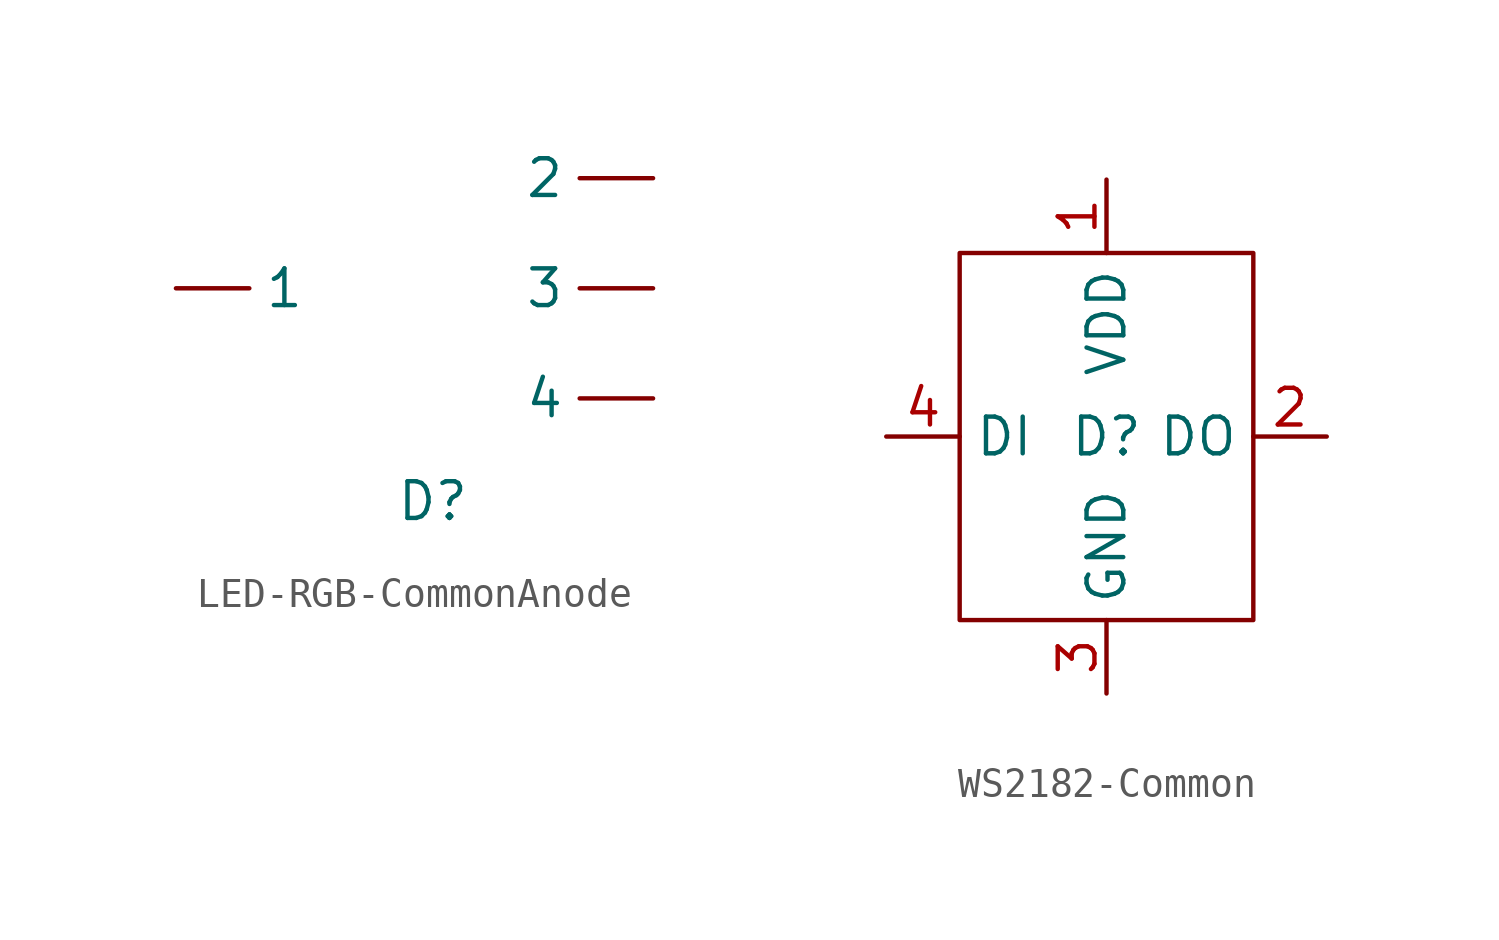
<source format=kicad_sym>
(kicad_symbol_lib
  (version 20241209)
  (generator "kicad_symbol_editor")
  (generator_version "9.0")
  (symbol "LED-RGB-CommonAnode"
    (property "Reference" "D"
      (at 0 -7.366 0)
      (effects (font (size 1.27 1.27))))
    (property "Value" ""
      (at 0 -2.54 0)
      (effects (font (size 1.27 1.27))))
    (symbol "LED-RGB-CommonAnode_1_1"
      (pin input line (at -8.89 0 0) (length 2.54) (name "1" (effects (font (size 1.27 1.27)))) (number "" (effects (font (size 1.27 1.27)))))
      (pin input line (at 7.62 3.81 180) (length 2.54) (name "2" (effects (font (size 1.27 1.27)))) (number "" (effects (font (size 1.27 1.27)))))
      (pin input line (at 7.62 0 180) (length 2.54) (name "3" (effects (font (size 1.27 1.27)))) (number "" (effects (font (size 1.27 1.27)))))
      (pin input line (at 7.62 -3.81 180) (length 2.54) (name "4" (effects (font (size 1.27 1.27)))) (number "" (effects (font (size 1.27 1.27)))))))
  (symbol "WS2182-Common"
    (property "Reference" "D"
      (at 0 0 0)
      (effects (font (size 1.27 1.27))))
    (property "Value" ""
      (at 0 0 0)
      (effects (font (size 1.27 1.27))))
    (symbol "WS2182-Common_0_1"
      (rectangle (start -5.08 6.35) (end 5.08 -6.35) (stroke (width 0) (type default)) (fill (type none))))
    (symbol "WS2182-Common_1_1"
      (pin input line (at -7.62 0 0) (length 2.54) (name "DI" (effects (font (size 1.27 1.27)))) (number "4" (effects (font (size 1.27 1.27)))))
      (pin power_in line (at 0 8.89 270) (length 2.54) (name "VDD" (effects (font (size 1.27 1.27)))) (number "1" (effects (font (size 1.27 1.27)))))
      (pin power_in line (at 0 -8.89 90) (length 2.54) (name "GND" (effects (font (size 1.27 1.27)))) (number "3" (effects (font (size 1.27 1.27)))))
      (pin output line (at 7.62 0 180) (length 2.54) (name "DO" (effects (font (size 1.27 1.27)))) (number "2" (effects (font (size 1.27 1.27))))))))
</source>
